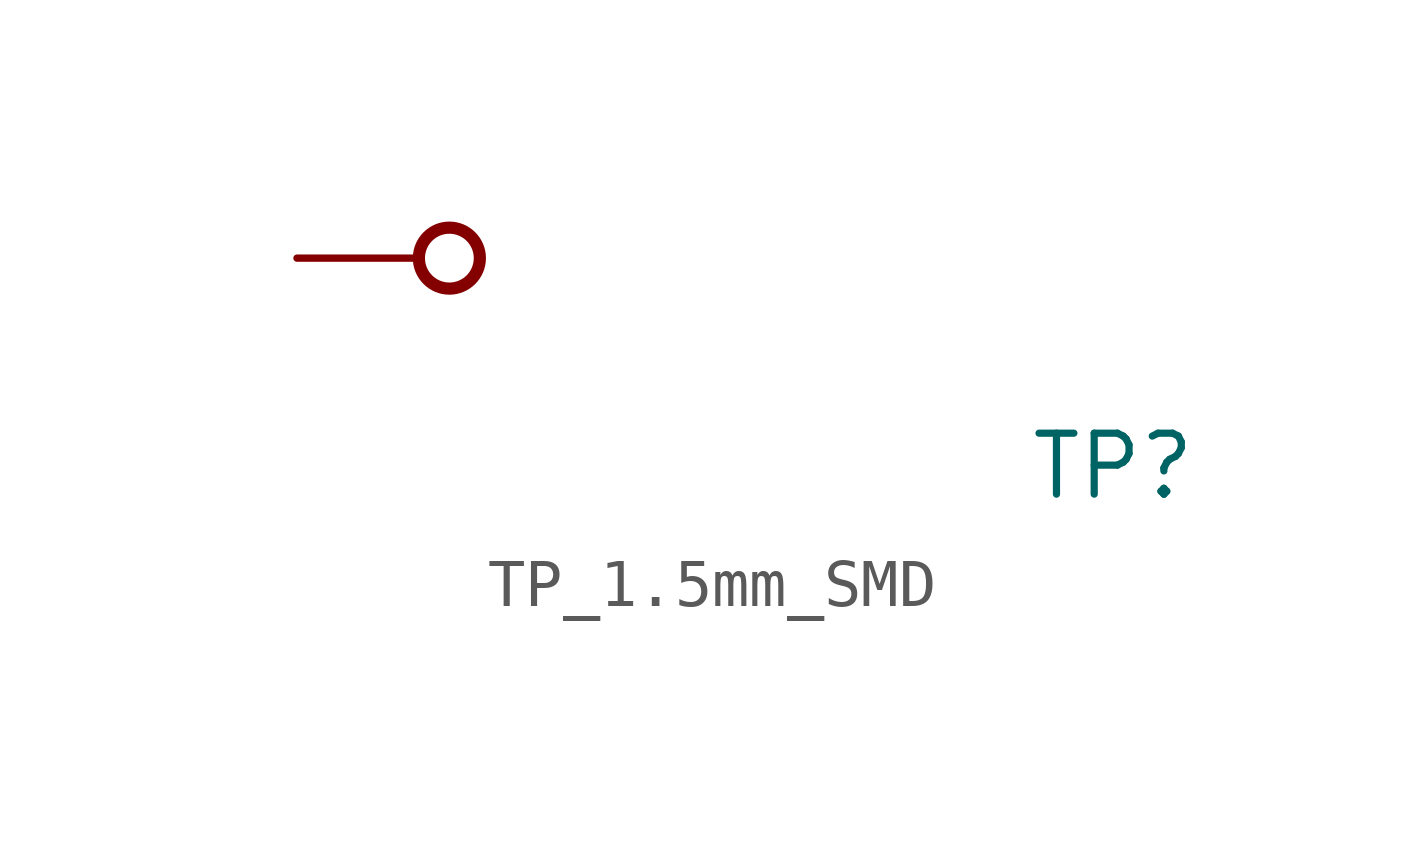
<source format=kicad_sym>
(kicad_symbol_lib
  (version 20211014)
  (generator kicad_symbol_editor)
  (symbol "TP_1.5mm_SMD"
    (pin_numbers hide)
    (pin_names hide)
    (property "Reference" "TP"
      (at 15.24 -5.08 0)
      (effects (font (size 1.27 1.27) (thickness 0.15)) (justify left bottom)))
    (symbol "TP_1.5mm_SMD_1_1"
      (circle (center 3.175 0) (radius 0.635) (stroke (width 0.254) (type default) (color 0 0 0 0)) (fill (type none)))
      (pin passive line (at 0 0 0) (length 2.54) (name "1" (effects (font (size 1.27 1.27)))) (number "1" (effects (font (size 1.27 1.27))))))))
</source>
